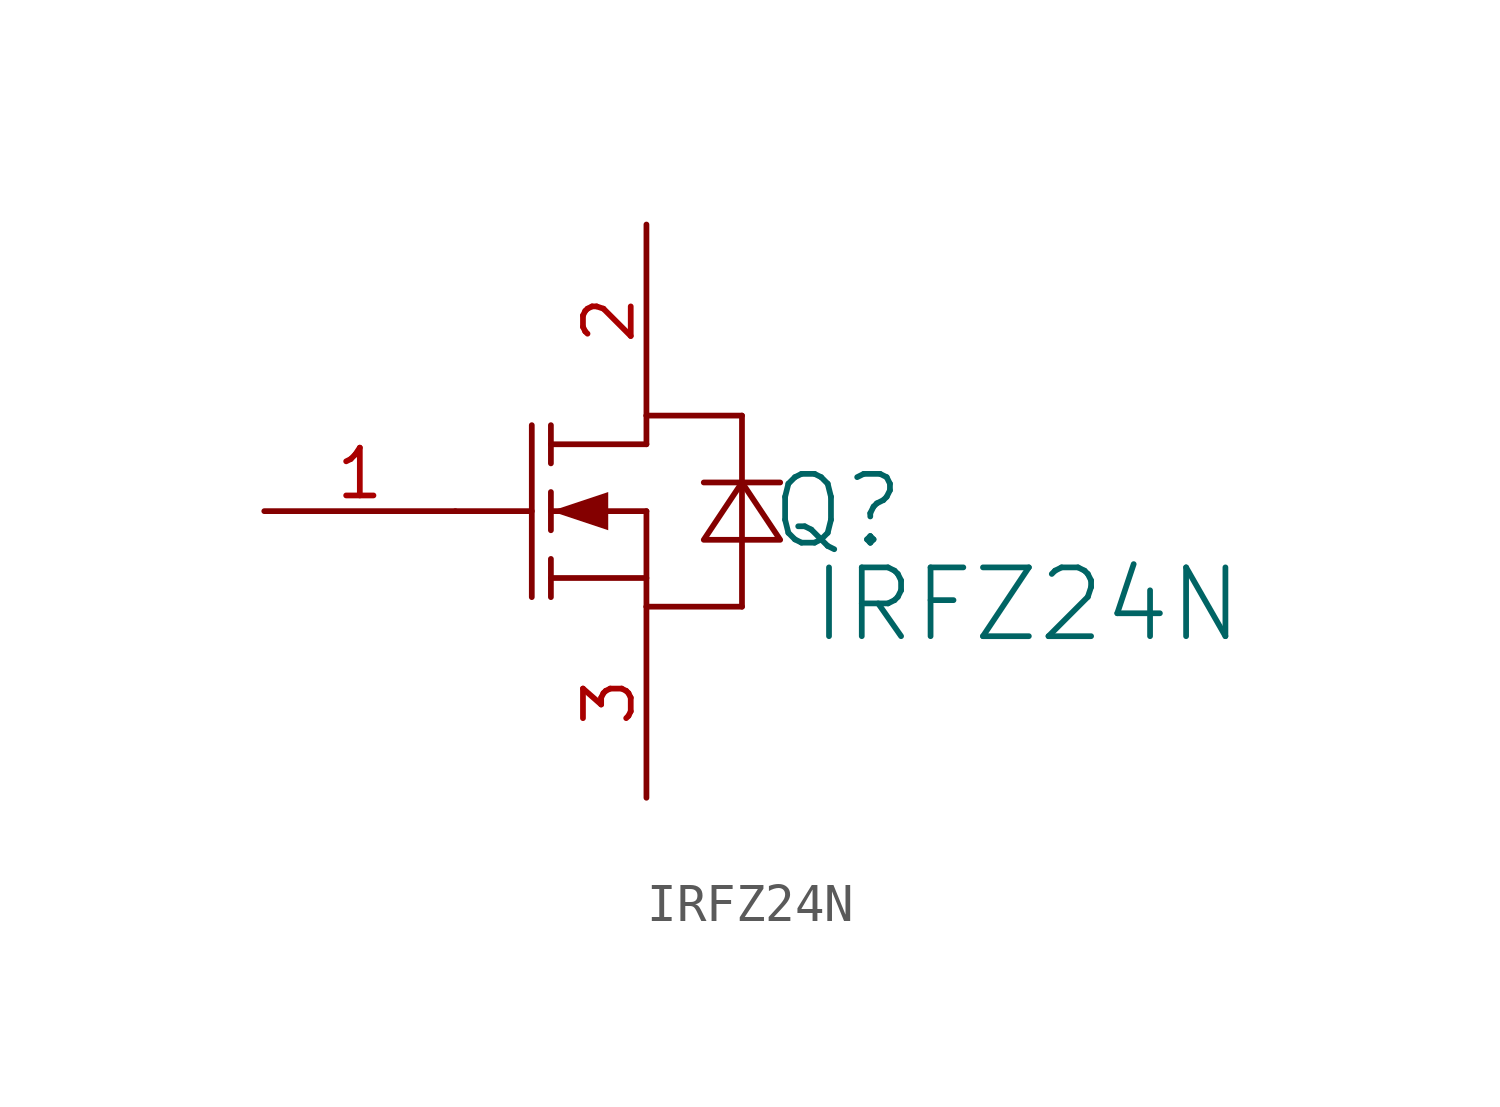
<source format=kicad_sym>
(kicad_symbol_lib
  (version 20241209)
  (generator "kicad_symbol_editor")
  (generator_version "9.0")
  (symbol "IRFZ24N"
    (pin_names
      (hide yes))
    (property "Reference" "Q"
      (at 10.16 -2.54 0)
      (effects (font (size 1.829 1.829))))
    (property "Value" "IRFZ24N"
      (at 9.398 -6.096 0)
      (effects (font (size 1.829 1.829)) (justify left bottom)))
    (symbol "IRFZ24N_1_0"
      (polyline (pts (xy 0 -2.54) (xy 2.032 -2.54)) (stroke (width 0) (type solid)) (fill (type none)))
      (polyline (pts (xy 2.032 -0.254) (xy 2.032 -4.826)) (stroke (width 0) (type solid)) (fill (type none)))
      (polyline (pts (xy 2.54 -0.254) (xy 2.54 -1.27)) (stroke (width 0) (type solid)) (fill (type none)))
      (polyline (pts (xy 2.54 -2.54) (xy 4.064 -3.048) (xy 4.064 -2.032) (xy 2.54 -2.54)) (stroke (width -0.0001) (type solid)) (fill (type outline)))
      (polyline (pts (xy 2.54 -3.048) (xy 2.54 -2.032)) (stroke (width 0) (type solid)) (fill (type none)))
      (polyline (pts (xy 2.54 -4.826) (xy 2.54 -3.81)) (stroke (width 0) (type solid)) (fill (type none)))
      (polyline (pts (xy 5.08 0) (xy 7.62 0)) (stroke (width 0) (type solid)) (fill (type none)))
      (polyline (pts (xy 5.08 -0.762) (xy 2.54 -0.762)) (stroke (width 0) (type solid)) (fill (type none)))
      (polyline (pts (xy 5.08 -0.762) (xy 5.08 0)) (stroke (width 0) (type solid)) (fill (type none)))
      (polyline (pts (xy 5.08 -2.54) (xy 2.54 -2.54)) (stroke (width 0) (type solid)) (fill (type none)))
      (polyline (pts (xy 5.08 -2.54) (xy 5.08 -5.08)) (stroke (width 0) (type solid)) (fill (type none)))
      (polyline (pts (xy 5.08 -4.318) (xy 2.54 -4.318)) (stroke (width 0) (type solid)) (fill (type none)))
      (polyline (pts (xy 5.08 -5.08) (xy 7.62 -5.08)) (stroke (width 0) (type solid)) (fill (type none)))
      (polyline (pts (xy 6.604 -1.778) (xy 8.636 -1.778)) (stroke (width 0) (type solid)) (fill (type none)))
      (polyline (pts (xy 7.62 0) (xy 7.62 -5.08)) (stroke (width 0) (type solid)) (fill (type none)))
      (polyline (pts (xy 7.62 -1.778) (xy 6.604 -3.302) (xy 8.636 -3.302) (xy 7.62 -1.778) (xy 7.62 -1.778)) (stroke (width 0) (type solid)) (fill (type none)))
      (pin passive line (at -5.08 -2.54 0) (length 5.08) (name "GATE" (effects (font (size 1.27 1.27)))) (number "1" (effects (font (size 1.27 1.27)))))
      (pin passive line (at 5.08 5.08 270) (length 5.08) (name "DRAIN" (effects (font (size 1.27 1.27)))) (number "2" (effects (font (size 1.27 1.27)))))
      (pin passive line (at 5.08 -10.16 90) (length 5.08) (name "SOURCE" (effects (font (size 1.27 1.27)))) (number "3" (effects (font (size 1.27 1.27))))))))
</source>
